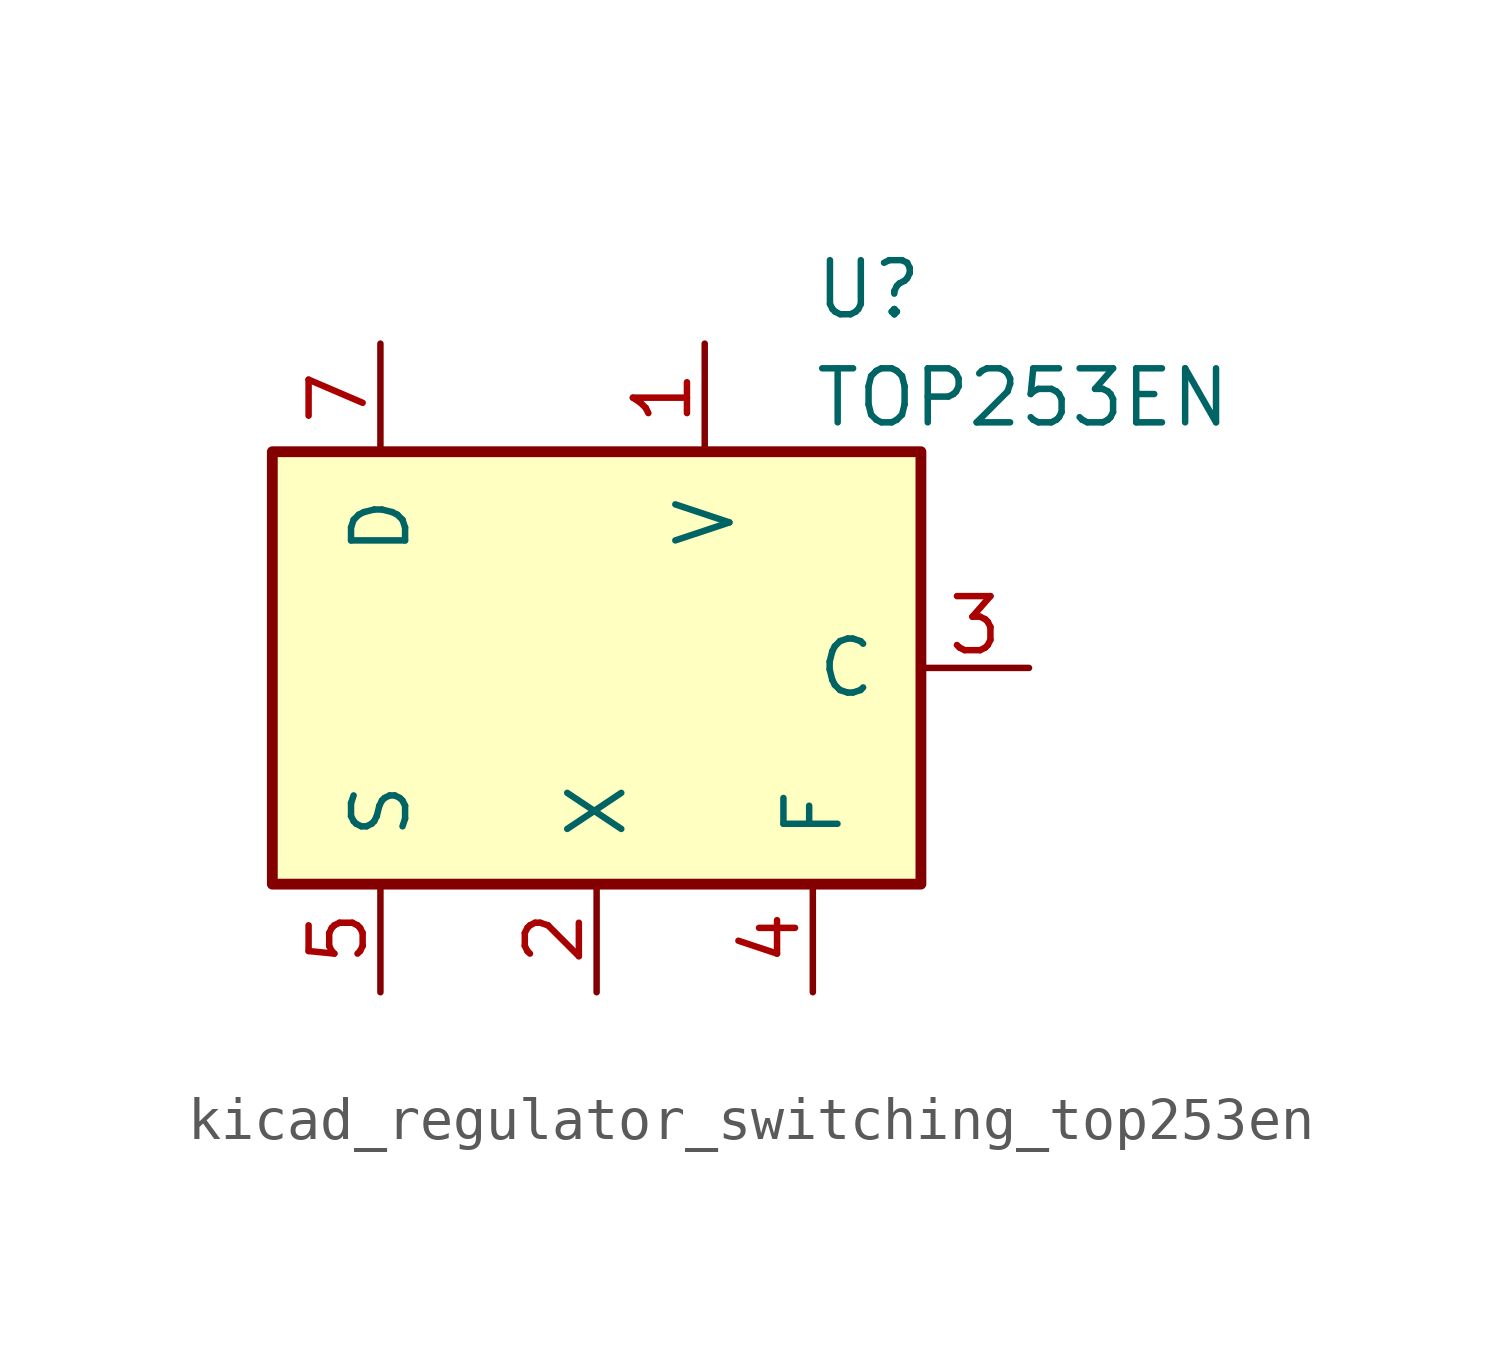
<source format=kicad_sym>
(kicad_symbol_lib
  (version 20220914)
  (generator kicad_symbol_editor)
  (symbol "kicad_regulator_switching_top253en"
    (pin_names
      (offset 1.016))
    (property "Reference" "U"
      (at 5.08 8.89 0)
      (effects (font (size 1.27 1.27)) (justify left)))
    (property "Value" "TOP253EN"
      (at 5.08 6.35 0)
      (effects (font (size 1.27 1.27)) (justify left)))
    (symbol "kicad_regulator_switching_top253en_0_1"
      (rectangle (start -7.62 5.08) (end 7.62 -5.08) (stroke (width 0.254) (type default)) (fill (type background))))
    (symbol "kicad_regulator_switching_top253en_1_1"
      (pin input line (at 2.54 7.62 270) (length 2.54) (name "V" (effects (font (size 1.27 1.27)))) (number "1" (effects (font (size 1.27 1.27)))))
      (pin input line (at 0 -7.62 90) (length 2.54) (name "X" (effects (font (size 1.27 1.27)))) (number "2" (effects (font (size 1.27 1.27)))))
      (pin input line (at 10.16 0 180) (length 2.54) (name "C" (effects (font (size 1.27 1.27)))) (number "3" (effects (font (size 1.27 1.27)))))
      (pin passive line (at 5.08 -7.62 90) (length 2.54) (name "F" (effects (font (size 1.27 1.27)))) (number "4" (effects (font (size 1.27 1.27)))))
      (pin power_in line (at -5.08 -7.62 90) (length 2.54) (name "S" (effects (font (size 1.27 1.27)))) (number "5" (effects (font (size 1.27 1.27)))))
      (pin open_collector line (at -5.08 7.62 270) (length 2.54) (name "D" (effects (font (size 1.27 1.27)))) (number "7" (effects (font (size 1.27 1.27))))))))
</source>
